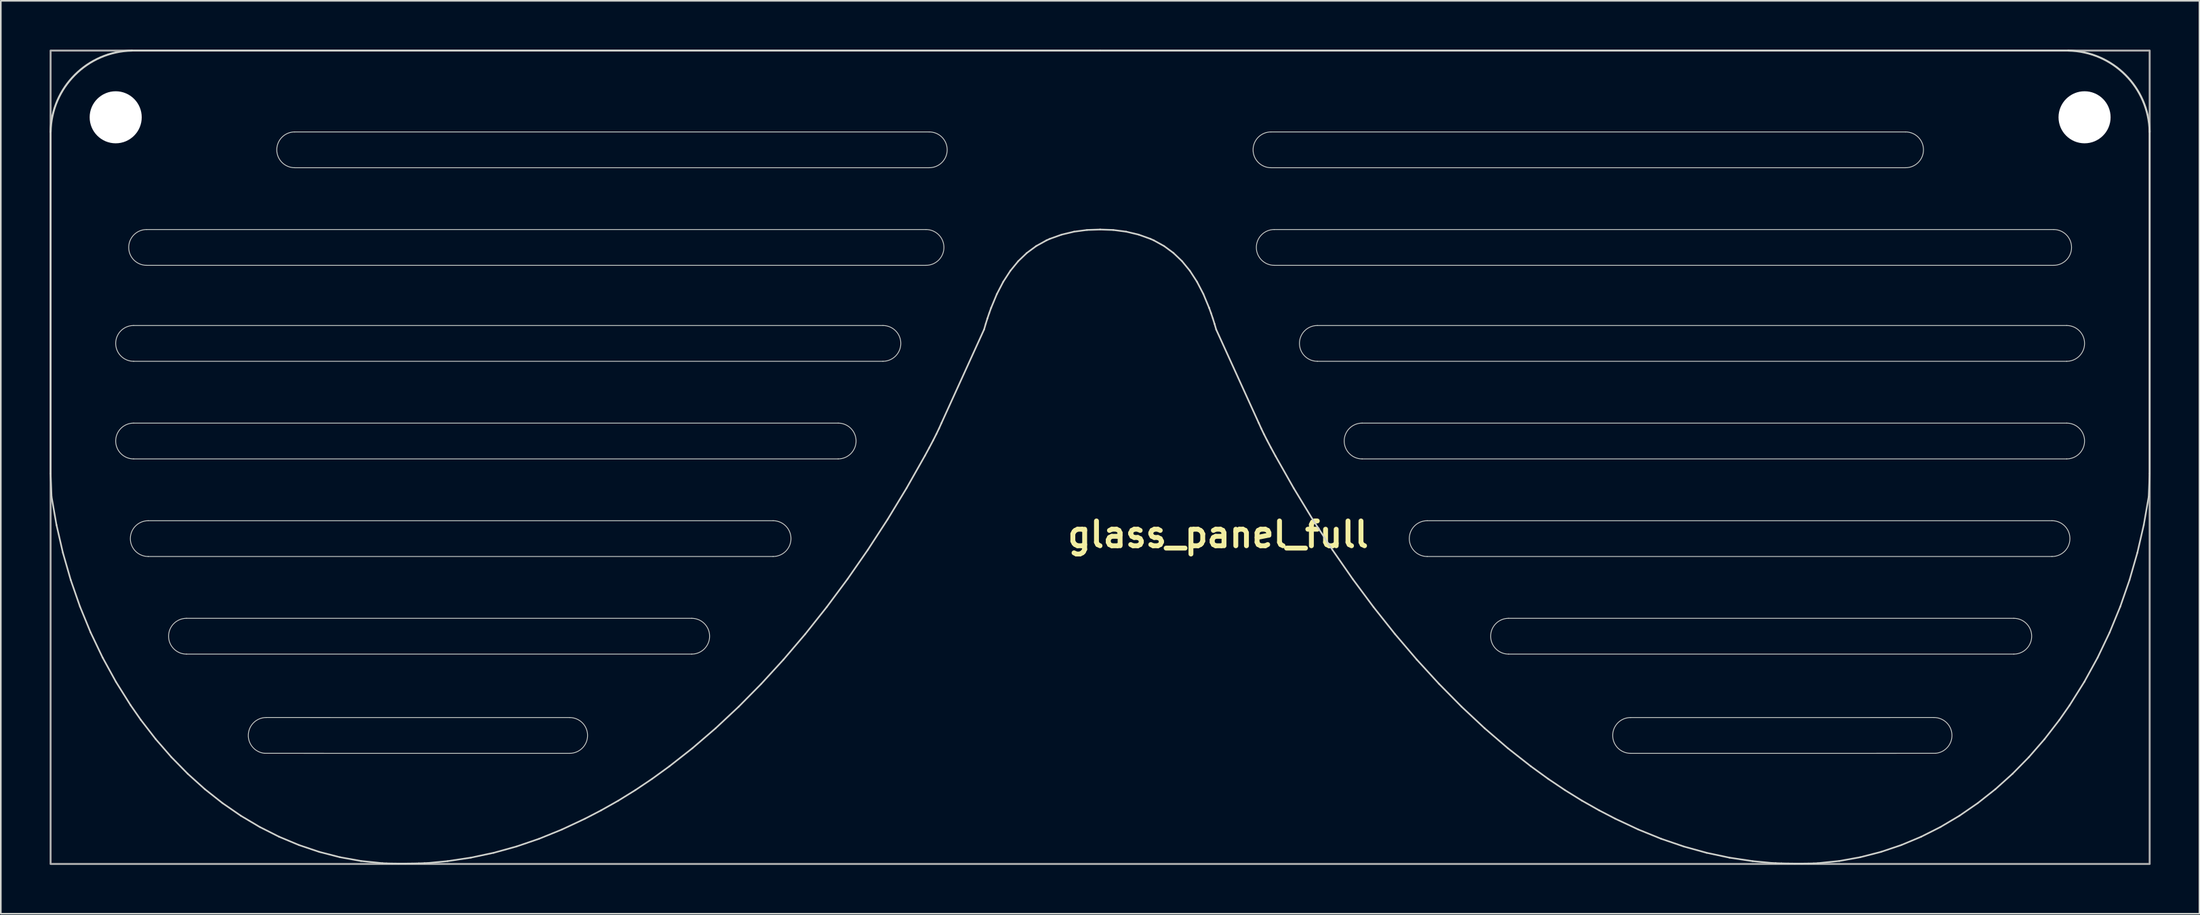
<source format=kicad_pcb>
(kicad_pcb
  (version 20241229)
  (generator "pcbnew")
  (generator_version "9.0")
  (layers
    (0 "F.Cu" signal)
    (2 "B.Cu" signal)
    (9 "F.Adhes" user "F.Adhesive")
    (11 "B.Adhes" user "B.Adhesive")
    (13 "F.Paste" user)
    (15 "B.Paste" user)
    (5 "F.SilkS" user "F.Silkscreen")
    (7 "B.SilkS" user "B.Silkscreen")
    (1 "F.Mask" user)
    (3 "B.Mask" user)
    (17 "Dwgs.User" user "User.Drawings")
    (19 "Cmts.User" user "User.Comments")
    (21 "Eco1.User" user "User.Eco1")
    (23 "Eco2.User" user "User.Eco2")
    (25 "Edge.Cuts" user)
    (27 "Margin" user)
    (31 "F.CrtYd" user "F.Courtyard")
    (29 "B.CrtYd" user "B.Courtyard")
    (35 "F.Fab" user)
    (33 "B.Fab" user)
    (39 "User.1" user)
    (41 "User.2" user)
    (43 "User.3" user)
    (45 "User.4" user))
  (footprint "glass_panel_full"
    (layer "F.Cu")
    (at 64.56 6.06)
    (property "Reference" "glass_panel_full" (at 7.25 23.75 180) (layer "F.SilkS") (effects (font (size 1.524 1.524) (thickness 0.3))))
    (attr through_hole)
    (fp_line (start -64.5 20) (end -64.5 -1) (stroke (width 0.1) (type solid)) (layer "Edge.Cuts"))
    (fp_line (start -64.442 21.425) (end -64.5 20) (stroke (width 0.1) (type solid)) (layer "Edge.Cuts"))
    (fp_line (start -64.138 23.163) (end -64.442 21.425) (stroke (width 0.1) (type solid)) (layer "Edge.Cuts"))
    (fp_line (start -63.744 24.871) (end -64.138 23.163) (stroke (width 0.1) (type solid)) (layer "Edge.Cuts"))
    (fp_line (start -63.263 26.544) (end -63.744 24.871) (stroke (width 0.1) (type solid)) (layer "Edge.Cuts"))
    (fp_line (start -62.695 28.178) (end -63.263 26.544) (stroke (width 0.1) (type solid)) (layer "Edge.Cuts"))
    (fp_line (start -62.041 29.769) (end -62.695 28.178) (stroke (width 0.1) (type solid)) (layer "Edge.Cuts"))
    (fp_line (start -61.304 31.313) (end -62.041 29.769) (stroke (width 0.1) (type solid)) (layer "Edge.Cuts"))
    (fp_line (start -60.484 32.806) (end -61.304 31.313) (stroke (width 0.1) (type solid)) (layer "Edge.Cuts"))
    (fp_line (start -59.582 34.245) (end -60.484 32.806) (stroke (width 0.1) (type solid)) (layer "Edge.Cuts"))
    (fp_line (start -59.5 -6) (end 0 -6) (stroke (width 0.1) (type solid)) (layer "Edge.Cuts"))
    (fp_line (start -59.4 10.9) (end -13.35 10.9) (stroke (width 0.05) (type solid)) (layer "Edge.Cuts"))
    (fp_line (start -59.4 16.9) (end -16.1 16.9) (stroke (width 0.05) (type solid)) (layer "Edge.Cuts"))
    (fp_line (start -58.955 35.144) (end -59.582 34.245) (stroke (width 0.1) (type solid)) (layer "Edge.Cuts"))
    (fp_line (start -58.6 5) (end -10.7 5) (stroke (width 0.05) (type solid)) (layer "Edge.Cuts"))
    (fp_line (start -58.5 22.9) (end -20.1 22.9) (stroke (width 0.05) (type solid)) (layer "Edge.Cuts"))
    (fp_line (start -58.04 36.328) (end -58.955 35.144) (stroke (width 0.1) (type solid)) (layer "Edge.Cuts"))
    (fp_line (start -57.078 37.433) (end -58.04 36.328) (stroke (width 0.1) (type solid)) (layer "Edge.Cuts"))
    (fp_line (start -56.15 28.9) (end -25.1 28.9) (stroke (width 0.05) (type solid)) (layer "Edge.Cuts"))
    (fp_line (start -56.072 38.458) (end -57.078 37.433) (stroke (width 0.1) (type solid)) (layer "Edge.Cuts"))
    (fp_line (start -55.022 39.402) (end -56.072 38.458) (stroke (width 0.1) (type solid)) (layer "Edge.Cuts"))
    (fp_line (start -53.934 40.262) (end -55.022 39.402) (stroke (width 0.1) (type solid)) (layer "Edge.Cuts"))
    (fp_line (start -52.808 41.038) (end -53.934 40.262) (stroke (width 0.1) (type solid)) (layer "Edge.Cuts"))
    (fp_line (start -51.648 41.727) (end -52.808 41.038) (stroke (width 0.1) (type solid)) (layer "Edge.Cuts"))
    (fp_line (start -51.249 34.998) (end -32.6 35) (stroke (width 0.05) (type solid)) (layer "Edge.Cuts"))
    (fp_line (start -50.456 42.328) (end -51.648 41.727) (stroke (width 0.1) (type solid)) (layer "Edge.Cuts"))
    (fp_line (start -49.5 -1) (end -10.5 -1) (stroke (width 0.05) (type solid)) (layer "Edge.Cuts"))
    (fp_line (start -49.235 42.839) (end -50.456 42.328) (stroke (width 0.1) (type solid)) (layer "Edge.Cuts"))
    (fp_line (start -47.988 43.259) (end -49.235 42.839) (stroke (width 0.1) (type solid)) (layer "Edge.Cuts"))
    (fp_line (start -46.717 43.586) (end -47.988 43.259) (stroke (width 0.1) (type solid)) (layer "Edge.Cuts"))
    (fp_line (start -45.425 43.818) (end -46.717 43.586) (stroke (width 0.1) (type solid)) (layer "Edge.Cuts"))
    (fp_line (start -44.114 43.953) (end -45.425 43.818) (stroke (width 0.1) (type solid)) (layer "Edge.Cuts"))
    (fp_line (start -43.859 43.965) (end -44.114 43.953) (stroke (width 0.1) (type solid)) (layer "Edge.Cuts"))
    (fp_line (start -43.515 43.973) (end -43.859 43.965) (stroke (width 0.1) (type solid)) (layer "Edge.Cuts"))
    (fp_line (start -43.12 43.977) (end -43.515 43.973) (stroke (width 0.1) (type solid)) (layer "Edge.Cuts"))
    (fp_line (start -42.698 43.977) (end -43.12 43.977) (stroke (width 0.1) (type solid)) (layer "Edge.Cuts"))
    (fp_line (start -42.274 43.972) (end -42.698 43.977) (stroke (width 0.1) (type solid)) (layer "Edge.Cuts"))
    (fp_line (start -41.871 43.964) (end -42.274 43.972) (stroke (width 0.1) (type solid)) (layer "Edge.Cuts"))
    (fp_line (start -41.516 43.951) (end -41.871 43.964) (stroke (width 0.1) (type solid)) (layer "Edge.Cuts"))
    (fp_line (start -41.231 43.936) (end -41.516 43.951) (stroke (width 0.1) (type solid)) (layer "Edge.Cuts"))
    (fp_line (start -40.102 43.827) (end -41.231 43.936) (stroke (width 0.1) (type solid)) (layer "Edge.Cuts"))
    (fp_line (start -38.678 43.614) (end -40.102 43.827) (stroke (width 0.1) (type solid)) (layer "Edge.Cuts"))
    (fp_line (start -37.272 43.315) (end -38.678 43.614) (stroke (width 0.1) (type solid)) (layer "Edge.Cuts"))
    (fp_line (start -35.875 42.929) (end -37.272 43.315) (stroke (width 0.1) (type solid)) (layer "Edge.Cuts"))
    (fp_line (start -34.48 42.453) (end -35.875 42.929) (stroke (width 0.1) (type solid)) (layer "Edge.Cuts"))
    (fp_line (start -33.079 41.884) (end -34.48 42.453) (stroke (width 0.1) (type solid)) (layer "Edge.Cuts"))
    (fp_line (start -32.6 37.2) (end -51.349 37.198) (stroke (width 0.05) (type solid)) (layer "Edge.Cuts"))
    (fp_line (start -31.663 41.221) (end -33.079 41.884) (stroke (width 0.1) (type solid)) (layer "Edge.Cuts"))
    (fp_line (start -30.673 40.708) (end -31.663 41.221) (stroke (width 0.1) (type solid)) (layer "Edge.Cuts"))
    (fp_line (start -29.608 40.107) (end -30.673 40.708) (stroke (width 0.1) (type solid)) (layer "Edge.Cuts"))
    (fp_line (start -28.569 39.464) (end -29.608 40.107) (stroke (width 0.1) (type solid)) (layer "Edge.Cuts"))
    (fp_line (start -27.531 38.766) (end -28.569 39.464) (stroke (width 0.1) (type solid)) (layer "Edge.Cuts"))
    (fp_line (start -26.469 37.995) (end -27.531 38.766) (stroke (width 0.1) (type solid)) (layer "Edge.Cuts"))
    (fp_line (start -25.1 31.1) (end -56.15 31.1) (stroke (width 0.05) (type solid)) (layer "Edge.Cuts"))
    (fp_line (start -25.058 36.887) (end -26.469 37.995) (stroke (width 0.1) (type solid)) (layer "Edge.Cuts"))
    (fp_line (start -23.63 35.659) (end -25.058 36.887) (stroke (width 0.1) (type solid)) (layer "Edge.Cuts"))
    (fp_line (start -22.219 34.339) (end -23.63 35.659) (stroke (width 0.1) (type solid)) (layer "Edge.Cuts"))
    (fp_line (start -20.828 32.931) (end -22.219 34.339) (stroke (width 0.1) (type solid)) (layer "Edge.Cuts"))
    (fp_line (start -20.1 25.1) (end -58.5 25.1) (stroke (width 0.05) (type solid)) (layer "Edge.Cuts"))
    (fp_line (start -19.46 31.438) (end -20.828 32.931) (stroke (width 0.1) (type solid)) (layer "Edge.Cuts"))
    (fp_line (start -18.118 29.864) (end -19.46 31.438) (stroke (width 0.1) (type solid)) (layer "Edge.Cuts"))
    (fp_line (start -16.805 28.212) (end -18.118 29.864) (stroke (width 0.1) (type solid)) (layer "Edge.Cuts"))
    (fp_line (start -16.1 19.1) (end -59.4 19.1) (stroke (width 0.05) (type solid)) (layer "Edge.Cuts"))
    (fp_line (start -15.523 26.486) (end -16.805 28.212) (stroke (width 0.1) (type solid)) (layer "Edge.Cuts"))
    (fp_line (start -14.276 24.69) (end -15.523 26.486) (stroke (width 0.1) (type solid)) (layer "Edge.Cuts"))
    (fp_line (start -13.35 13.1) (end -59.4 13.1) (stroke (width 0.05) (type solid)) (layer "Edge.Cuts"))
    (fp_line (start -13.066 22.827) (end -14.276 24.69) (stroke (width 0.1) (type solid)) (layer "Edge.Cuts"))
    (fp_line (start -11.897 20.9) (end -13.066 22.827) (stroke (width 0.1) (type solid)) (layer "Edge.Cuts"))
    (fp_line (start -10.772 18.913) (end -11.897 20.9) (stroke (width 0.1) (type solid)) (layer "Edge.Cuts"))
    (fp_line (start -10.7 7.2) (end -58.6 7.2) (stroke (width 0.05) (type solid)) (layer "Edge.Cuts"))
    (fp_line (start -10.5 1.2) (end -49.5 1.2) (stroke (width 0.05) (type solid)) (layer "Edge.Cuts"))
    (fp_line (start -10.498 18.408) (end -10.772 18.913) (stroke (width 0.1) (type solid)) (layer "Edge.Cuts"))
    (fp_line (start -10.265 17.968) (end -10.498 18.408) (stroke (width 0.1) (type solid)) (layer "Edge.Cuts"))
    (fp_line (start -10.068 17.579) (end -10.265 17.968) (stroke (width 0.1) (type solid)) (layer "Edge.Cuts"))
    (fp_line (start -9.899 17.227) (end -10.068 17.579) (stroke (width 0.1) (type solid)) (layer "Edge.Cuts"))
    (fp_line (start -9.749 16.894) (end -9.899 17.227) (stroke (width 0.1) (type solid)) (layer "Edge.Cuts"))
    (fp_line (start -7.133 11.148) (end -9.749 16.894) (stroke (width 0.1) (type solid)) (layer "Edge.Cuts"))
    (fp_line (start -7.031 10.799) (end -7.133 11.148) (stroke (width 0.1) (type solid)) (layer "Edge.Cuts"))
    (fp_line (start -6.927 10.467) (end -7.031 10.799) (stroke (width 0.1) (type solid)) (layer "Edge.Cuts"))
    (fp_line (start -6.817 10.143) (end -6.927 10.467) (stroke (width 0.1) (type solid)) (layer "Edge.Cuts"))
    (fp_line (start -6.7 9.818) (end -6.817 10.143) (stroke (width 0.1) (type solid)) (layer "Edge.Cuts"))
    (fp_line (start -6.697 9.812) (end -6.7 9.818) (stroke (width 0.1) (type solid)) (layer "Edge.Cuts"))
    (fp_line (start -6.345 8.964) (end -6.697 9.812) (stroke (width 0.1) (type solid)) (layer "Edge.Cuts"))
    (fp_line (start -5.951 8.206) (end -6.345 8.964) (stroke (width 0.1) (type solid)) (layer "Edge.Cuts"))
    (fp_line (start -5.515 7.534) (end -5.951 8.206) (stroke (width 0.1) (type solid)) (layer "Edge.Cuts"))
    (fp_line (start -5.034 6.946) (end -5.515 7.534) (stroke (width 0.1) (type solid)) (layer "Edge.Cuts"))
    (fp_line (start -4.506 6.441) (end -5.034 6.946) (stroke (width 0.1) (type solid)) (layer "Edge.Cuts"))
    (fp_line (start -3.93 6.016) (end -4.506 6.441) (stroke (width 0.1) (type solid)) (layer "Edge.Cuts"))
    (fp_line (start -3.304 5.669) (end -3.93 6.016) (stroke (width 0.1) (type solid)) (layer "Edge.Cuts"))
    (fp_line (start -3.092 5.573) (end -3.304 5.669) (stroke (width 0.1) (type solid)) (layer "Edge.Cuts"))
    (fp_line (start -2.368 5.314) (end -3.092 5.573) (stroke (width 0.1) (type solid)) (layer "Edge.Cuts"))
    (fp_line (start -1.601 5.131) (end -2.368 5.314) (stroke (width 0.1) (type solid)) (layer "Edge.Cuts"))
    (fp_line (start -0.807 5.027) (end -1.601 5.131) (stroke (width 0.1) (type solid)) (layer "Edge.Cuts"))
    (fp_line (start 0 5) (end -0.807 5.027) (stroke (width 0.1) (type solid)) (layer "Edge.Cuts"))
    (fp_line (start 0 5) (end 0.807 5.027) (stroke (width 0.1) (type solid)) (layer "Edge.Cuts"))
    (fp_line (start 0.807 5.027) (end 1.601 5.131) (stroke (width 0.1) (type solid)) (layer "Edge.Cuts"))
    (fp_line (start 1.601 5.131) (end 2.368 5.314) (stroke (width 0.1) (type solid)) (layer "Edge.Cuts"))
    (fp_line (start 2.368 5.314) (end 3.092 5.573) (stroke (width 0.1) (type solid)) (layer "Edge.Cuts"))
    (fp_line (start 3.092 5.573) (end 3.304 5.669) (stroke (width 0.1) (type solid)) (layer "Edge.Cuts"))
    (fp_line (start 3.304 5.669) (end 3.93 6.016) (stroke (width 0.1) (type solid)) (layer "Edge.Cuts"))
    (fp_line (start 3.93 6.016) (end 4.506 6.441) (stroke (width 0.1) (type solid)) (layer "Edge.Cuts"))
    (fp_line (start 4.506 6.441) (end 5.034 6.946) (stroke (width 0.1) (type solid)) (layer "Edge.Cuts"))
    (fp_line (start 5.034 6.946) (end 5.515 7.534) (stroke (width 0.1) (type solid)) (layer "Edge.Cuts"))
    (fp_line (start 5.515 7.534) (end 5.951 8.206) (stroke (width 0.1) (type solid)) (layer "Edge.Cuts"))
    (fp_line (start 5.951 8.206) (end 6.345 8.964) (stroke (width 0.1) (type solid)) (layer "Edge.Cuts"))
    (fp_line (start 6.345 8.964) (end 6.697 9.812) (stroke (width 0.1) (type solid)) (layer "Edge.Cuts"))
    (fp_line (start 6.697 9.812) (end 6.7 9.818) (stroke (width 0.1) (type solid)) (layer "Edge.Cuts"))
    (fp_line (start 6.7 9.818) (end 6.817 10.143) (stroke (width 0.1) (type solid)) (layer "Edge.Cuts"))
    (fp_line (start 6.817 10.143) (end 6.927 10.467) (stroke (width 0.1) (type solid)) (layer "Edge.Cuts"))
    (fp_line (start 6.927 10.467) (end 7.031 10.799) (stroke (width 0.1) (type solid)) (layer "Edge.Cuts"))
    (fp_line (start 7.031 10.799) (end 7.133 11.148) (stroke (width 0.1) (type solid)) (layer "Edge.Cuts"))
    (fp_line (start 7.133 11.148) (end 9.749 16.894) (stroke (width 0.1) (type solid)) (layer "Edge.Cuts"))
    (fp_line (start 9.749 16.894) (end 9.899 17.227) (stroke (width 0.1) (type solid)) (layer "Edge.Cuts"))
    (fp_line (start 9.899 17.227) (end 10.068 17.579) (stroke (width 0.1) (type solid)) (layer "Edge.Cuts"))
    (fp_line (start 10.068 17.579) (end 10.265 17.968) (stroke (width 0.1) (type solid)) (layer "Edge.Cuts"))
    (fp_line (start 10.265 17.968) (end 10.498 18.408) (stroke (width 0.1) (type solid)) (layer "Edge.Cuts"))
    (fp_line (start 10.498 18.408) (end 10.772 18.913) (stroke (width 0.1) (type solid)) (layer "Edge.Cuts"))
    (fp_line (start 10.5 1.2) (end 49.5 1.2) (stroke (width 0.05) (type solid)) (layer "Edge.Cuts"))
    (fp_line (start 10.7 7.2) (end 58.6 7.2) (stroke (width 0.05) (type solid)) (layer "Edge.Cuts"))
    (fp_line (start 10.772 18.913) (end 11.897 20.9) (stroke (width 0.1) (type solid)) (layer "Edge.Cuts"))
    (fp_line (start 11.897 20.9) (end 13.066 22.827) (stroke (width 0.1) (type solid)) (layer "Edge.Cuts"))
    (fp_line (start 13.066 22.827) (end 14.276 24.69) (stroke (width 0.1) (type solid)) (layer "Edge.Cuts"))
    (fp_line (start 13.35 13.1) (end 59.4 13.1) (stroke (width 0.05) (type solid)) (layer "Edge.Cuts"))
    (fp_line (start 14.276 24.69) (end 15.523 26.486) (stroke (width 0.1) (type solid)) (layer "Edge.Cuts"))
    (fp_line (start 15.523 26.486) (end 16.805 28.212) (stroke (width 0.1) (type solid)) (layer "Edge.Cuts"))
    (fp_line (start 16.1 19.1) (end 59.4 19.1) (stroke (width 0.05) (type solid)) (layer "Edge.Cuts"))
    (fp_line (start 16.805 28.212) (end 18.118 29.864) (stroke (width 0.1) (type solid)) (layer "Edge.Cuts"))
    (fp_line (start 18.118 29.864) (end 19.46 31.438) (stroke (width 0.1) (type solid)) (layer "Edge.Cuts"))
    (fp_line (start 19.46 31.438) (end 20.828 32.931) (stroke (width 0.1) (type solid)) (layer "Edge.Cuts"))
    (fp_line (start 20.1 25.1) (end 58.5 25.1) (stroke (width 0.05) (type solid)) (layer "Edge.Cuts"))
    (fp_line (start 20.828 32.931) (end 22.219 34.339) (stroke (width 0.1) (type solid)) (layer "Edge.Cuts"))
    (fp_line (start 22.219 34.339) (end 23.63 35.659) (stroke (width 0.1) (type solid)) (layer "Edge.Cuts"))
    (fp_line (start 23.63 35.659) (end 25.058 36.887) (stroke (width 0.1) (type solid)) (layer "Edge.Cuts"))
    (fp_line (start 25.058 36.887) (end 26.469 37.995) (stroke (width 0.1) (type solid)) (layer "Edge.Cuts"))
    (fp_line (start 25.1 31.1) (end 56.15 31.1) (stroke (width 0.05) (type solid)) (layer "Edge.Cuts"))
    (fp_line (start 26.469 37.995) (end 27.531 38.766) (stroke (width 0.1) (type solid)) (layer "Edge.Cuts"))
    (fp_line (start 27.531 38.766) (end 28.569 39.464) (stroke (width 0.1) (type solid)) (layer "Edge.Cuts"))
    (fp_line (start 28.569 39.464) (end 29.608 40.107) (stroke (width 0.1) (type solid)) (layer "Edge.Cuts"))
    (fp_line (start 29.608 40.107) (end 30.673 40.708) (stroke (width 0.1) (type solid)) (layer "Edge.Cuts"))
    (fp_line (start 30.673 40.708) (end 31.663 41.221) (stroke (width 0.1) (type solid)) (layer "Edge.Cuts"))
    (fp_line (start 31.663 41.221) (end 33.079 41.884) (stroke (width 0.1) (type solid)) (layer "Edge.Cuts"))
    (fp_line (start 32.6 37.2) (end 51.349 37.198) (stroke (width 0.05) (type solid)) (layer "Edge.Cuts"))
    (fp_line (start 33.079 41.884) (end 34.48 42.453) (stroke (width 0.1) (type solid)) (layer "Edge.Cuts"))
    (fp_line (start 34.48 42.453) (end 35.875 42.929) (stroke (width 0.1) (type solid)) (layer "Edge.Cuts"))
    (fp_line (start 35.875 42.929) (end 37.272 43.315) (stroke (width 0.1) (type solid)) (layer "Edge.Cuts"))
    (fp_line (start 37.272 43.315) (end 38.678 43.614) (stroke (width 0.1) (type solid)) (layer "Edge.Cuts"))
    (fp_line (start 38.678 43.614) (end 40.102 43.827) (stroke (width 0.1) (type solid)) (layer "Edge.Cuts"))
    (fp_line (start 40.102 43.827) (end 41.231 43.936) (stroke (width 0.1) (type solid)) (layer "Edge.Cuts"))
    (fp_line (start 41.231 43.936) (end 41.516 43.951) (stroke (width 0.1) (type solid)) (layer "Edge.Cuts"))
    (fp_line (start 41.516 43.951) (end 41.871 43.964) (stroke (width 0.1) (type solid)) (layer "Edge.Cuts"))
    (fp_line (start 41.871 43.964) (end 42.274 43.972) (stroke (width 0.1) (type solid)) (layer "Edge.Cuts"))
    (fp_line (start 42.274 43.972) (end 42.698 43.977) (stroke (width 0.1) (type solid)) (layer "Edge.Cuts"))
    (fp_line (start 42.698 43.977) (end 43.12 43.977) (stroke (width 0.1) (type solid)) (layer "Edge.Cuts"))
    (fp_line (start 43.12 43.977) (end 43.515 43.973) (stroke (width 0.1) (type solid)) (layer "Edge.Cuts"))
    (fp_line (start 43.515 43.973) (end 43.859 43.965) (stroke (width 0.1) (type solid)) (layer "Edge.Cuts"))
    (fp_line (start 43.859 43.965) (end 44.114 43.953) (stroke (width 0.1) (type solid)) (layer "Edge.Cuts"))
    (fp_line (start 44.114 43.953) (end 45.425 43.818) (stroke (width 0.1) (type solid)) (layer "Edge.Cuts"))
    (fp_line (start 45.425 43.818) (end 46.717 43.586) (stroke (width 0.1) (type solid)) (layer "Edge.Cuts"))
    (fp_line (start 46.717 43.586) (end 47.988 43.259) (stroke (width 0.1) (type solid)) (layer "Edge.Cuts"))
    (fp_line (start 47.988 43.259) (end 49.235 42.839) (stroke (width 0.1) (type solid)) (layer "Edge.Cuts"))
    (fp_line (start 49.235 42.839) (end 50.456 42.328) (stroke (width 0.1) (type solid)) (layer "Edge.Cuts"))
    (fp_line (start 49.5 -1) (end 10.5 -1) (stroke (width 0.05) (type solid)) (layer "Edge.Cuts"))
    (fp_line (start 50.456 42.328) (end 51.648 41.727) (stroke (width 0.1) (type solid)) (layer "Edge.Cuts"))
    (fp_line (start 51.249 34.998) (end 32.6 35) (stroke (width 0.05) (type solid)) (layer "Edge.Cuts"))
    (fp_line (start 51.648 41.727) (end 52.808 41.038) (stroke (width 0.1) (type solid)) (layer "Edge.Cuts"))
    (fp_line (start 52.808 41.038) (end 53.934 40.262) (stroke (width 0.1) (type solid)) (layer "Edge.Cuts"))
    (fp_line (start 53.934 40.262) (end 55.022 39.402) (stroke (width 0.1) (type solid)) (layer "Edge.Cuts"))
    (fp_line (start 55.022 39.402) (end 56.072 38.458) (stroke (width 0.1) (type solid)) (layer "Edge.Cuts"))
    (fp_line (start 56.072 38.458) (end 57.078 37.433) (stroke (width 0.1) (type solid)) (layer "Edge.Cuts"))
    (fp_line (start 56.15 28.9) (end 25.1 28.9) (stroke (width 0.05) (type solid)) (layer "Edge.Cuts"))
    (fp_line (start 57.078 37.433) (end 58.04 36.328) (stroke (width 0.1) (type solid)) (layer "Edge.Cuts"))
    (fp_line (start 58.04 36.328) (end 58.955 35.144) (stroke (width 0.1) (type solid)) (layer "Edge.Cuts"))
    (fp_line (start 58.5 22.9) (end 20.1 22.9) (stroke (width 0.05) (type solid)) (layer "Edge.Cuts"))
    (fp_line (start 58.6 5) (end 10.7 5) (stroke (width 0.05) (type solid)) (layer "Edge.Cuts"))
    (fp_line (start 58.955 35.144) (end 59.582 34.245) (stroke (width 0.1) (type solid)) (layer "Edge.Cuts"))
    (fp_line (start 59.4 10.9) (end 13.35 10.9) (stroke (width 0.05) (type solid)) (layer "Edge.Cuts"))
    (fp_line (start 59.4 16.9) (end 16.1 16.9) (stroke (width 0.05) (type solid)) (layer "Edge.Cuts"))
    (fp_line (start 59.5 -6) (end 0 -6) (stroke (width 0.1) (type solid)) (layer "Edge.Cuts"))
    (fp_line (start 59.582 34.245) (end 60.484 32.806) (stroke (width 0.1) (type solid)) (layer "Edge.Cuts"))
    (fp_line (start 60.484 32.806) (end 61.304 31.313) (stroke (width 0.1) (type solid)) (layer "Edge.Cuts"))
    (fp_line (start 61.304 31.313) (end 62.041 29.769) (stroke (width 0.1) (type solid)) (layer "Edge.Cuts"))
    (fp_line (start 62.041 29.769) (end 62.695 28.178) (stroke (width 0.1) (type solid)) (layer "Edge.Cuts"))
    (fp_line (start 62.695 28.178) (end 63.263 26.544) (stroke (width 0.1) (type solid)) (layer "Edge.Cuts"))
    (fp_line (start 63.263 26.544) (end 63.744 24.871) (stroke (width 0.1) (type solid)) (layer "Edge.Cuts"))
    (fp_line (start 63.744 24.871) (end 64.138 23.163) (stroke (width 0.1) (type solid)) (layer "Edge.Cuts"))
    (fp_line (start 64.138 23.163) (end 64.442 21.425) (stroke (width 0.1) (type solid)) (layer "Edge.Cuts"))
    (fp_line (start 64.442 21.425) (end 64.5 20) (stroke (width 0.1) (type solid)) (layer "Edge.Cuts"))
    (fp_line (start 64.5 20) (end 64.5 -1) (stroke (width 0.1) (type solid)) (layer "Edge.Cuts"))
    (fp_arc (start -64.5 -1) (mid -63.007423 -4.507423) (end -59.5 -6) (stroke (width 0.12) (type solid)) (layer "Edge.Cuts"))
    (fp_arc (start -59.4 13.099999) (mid -60.5 11.999999) (end -59.4 10.899999) (stroke (width 0.05) (type solid)) (layer "Edge.Cuts"))
    (fp_arc (start -59.4 19.099999) (mid -60.5 17.999999) (end -59.4 16.899999) (stroke (width 0.05) (type solid)) (layer "Edge.Cuts"))
    (fp_arc (start -58.599999 7.199999) (mid -59.699999 6.099999) (end -58.599999 4.999999) (stroke (width 0.05) (type solid)) (layer "Edge.Cuts"))
    (fp_arc (start -58.5 25.099999) (mid -59.6 23.999999) (end -58.5 22.899999) (stroke (width 0.05) (type solid)) (layer "Edge.Cuts"))
    (fp_arc (start -56.15 31.099999) (mid -57.25 29.999999) (end -56.15 28.899999) (stroke (width 0.05) (type solid)) (layer "Edge.Cuts"))
    (fp_arc (start -51.348863 37.19778) (mid -52.35 36.05) (end -51.248863 34.997779) (stroke (width 0.05) (type solid)) (layer "Edge.Cuts"))
    (fp_arc (start -49.499999 1.199999) (mid -50.599999 0.099999) (end -49.499999 -1.000001) (stroke (width 0.05) (type solid)) (layer "Edge.Cuts"))
    (fp_arc (start -32.6 34.999999) (mid -31.5 36.099999) (end -32.6 37.199999) (stroke (width 0.05) (type solid)) (layer "Edge.Cuts"))
    (fp_arc (start -25.1 28.899999) (mid -24 29.999999) (end -25.1 31.099999) (stroke (width 0.05) (type solid)) (layer "Edge.Cuts"))
    (fp_arc (start -20.1 22.899999) (mid -19 23.999999) (end -20.1 25.099999) (stroke (width 0.05) (type solid)) (layer "Edge.Cuts"))
    (fp_arc (start -16.1 16.899999) (mid -15 17.999999) (end -16.1 19.099999) (stroke (width 0.05) (type solid)) (layer "Edge.Cuts"))
    (fp_arc (start -13.35 10.899999) (mid -12.25 11.999999) (end -13.35 13.099999) (stroke (width 0.05) (type solid)) (layer "Edge.Cuts"))
    (fp_arc (start -10.699999 4.999999) (mid -9.599999 6.099999) (end -10.699999 7.199999) (stroke (width 0.05) (type solid)) (layer "Edge.Cuts"))
    (fp_arc (start -10.499999 -1.000001) (mid -9.399999 0.099999) (end -10.499999 1.199999) (stroke (width 0.05) (type solid)) (layer "Edge.Cuts"))
    (fp_arc (start 10.499999 1.199999) (mid 9.399999 0.099999) (end 10.499999 -1.000001) (stroke (width 0.05) (type solid)) (layer "Edge.Cuts"))
    (fp_arc (start 10.699999 7.199999) (mid 9.599999 6.099999) (end 10.699999 4.999999) (stroke (width 0.05) (type solid)) (layer "Edge.Cuts"))
    (fp_arc (start 13.35 13.099999) (mid 12.25 11.999999) (end 13.35 10.899999) (stroke (width 0.05) (type solid)) (layer "Edge.Cuts"))
    (fp_arc (start 16.1 19.099999) (mid 15 17.999999) (end 16.1 16.899999) (stroke (width 0.05) (type solid)) (layer "Edge.Cuts"))
    (fp_arc (start 20.1 25.099999) (mid 19 23.999999) (end 20.1 22.899999) (stroke (width 0.05) (type solid)) (layer "Edge.Cuts"))
    (fp_arc (start 25.1 31.099999) (mid 24 29.999999) (end 25.1 28.899999) (stroke (width 0.05) (type solid)) (layer "Edge.Cuts"))
    (fp_arc (start 32.6 37.199999) (mid 31.5 36.099999) (end 32.6 34.999999) (stroke (width 0.05) (type solid)) (layer "Edge.Cuts"))
    (fp_arc (start 49.499999 -1.000001) (mid 50.599999 0.099999) (end 49.499999 1.199999) (stroke (width 0.05) (type solid)) (layer "Edge.Cuts"))
    (fp_arc (start 51.248863 34.997779) (mid 52.35 36.05) (end 51.348863 37.19778) (stroke (width 0.05) (type solid)) (layer "Edge.Cuts"))
    (fp_arc (start 56.15 28.899999) (mid 57.25 29.999999) (end 56.15 31.099999) (stroke (width 0.05) (type solid)) (layer "Edge.Cuts"))
    (fp_arc (start 58.5 22.899999) (mid 59.6 23.999999) (end 58.5 25.099999) (stroke (width 0.05) (type solid)) (layer "Edge.Cuts"))
    (fp_arc (start 58.599999 4.999999) (mid 59.699999 6.099999) (end 58.599999 7.199999) (stroke (width 0.05) (type solid)) (layer "Edge.Cuts"))
    (fp_arc (start 59.4 10.899999) (mid 60.5 11.999999) (end 59.4 13.099999) (stroke (width 0.05) (type solid)) (layer "Edge.Cuts"))
    (fp_arc (start 59.4 16.899999) (mid 60.5 17.999999) (end 59.4 19.099999) (stroke (width 0.05) (type solid)) (layer "Edge.Cuts"))
    (fp_arc (start 59.5 -6) (mid 63.007423 -4.507423) (end 64.5 -1) (stroke (width 0.12) (type solid)) (layer "Edge.Cuts"))
    (fp_rect (start -64.5 -6) (end 64.5 44) (stroke (width 0.12) (type solid)) (fill no) (layer "F.Fab"))
    (pad "" np_thru_hole circle (at -60.5 -1.9 180) (size 3.2 3.2) (drill 3.2) (layers "*.Cu" "*.Mask"))
    (pad "" np_thru_hole circle (at 60.5 -1.9 180) (size 3.2 3.2) (drill 3.2) (layers "*.Cu" "*.Mask")))
  (gr_rect
    (start -3 -3)
    (end 132.12 53.12)
    (stroke (width 0.1) (type default))
    (fill no)
    (layer "Edge.Cuts")))
</source>
